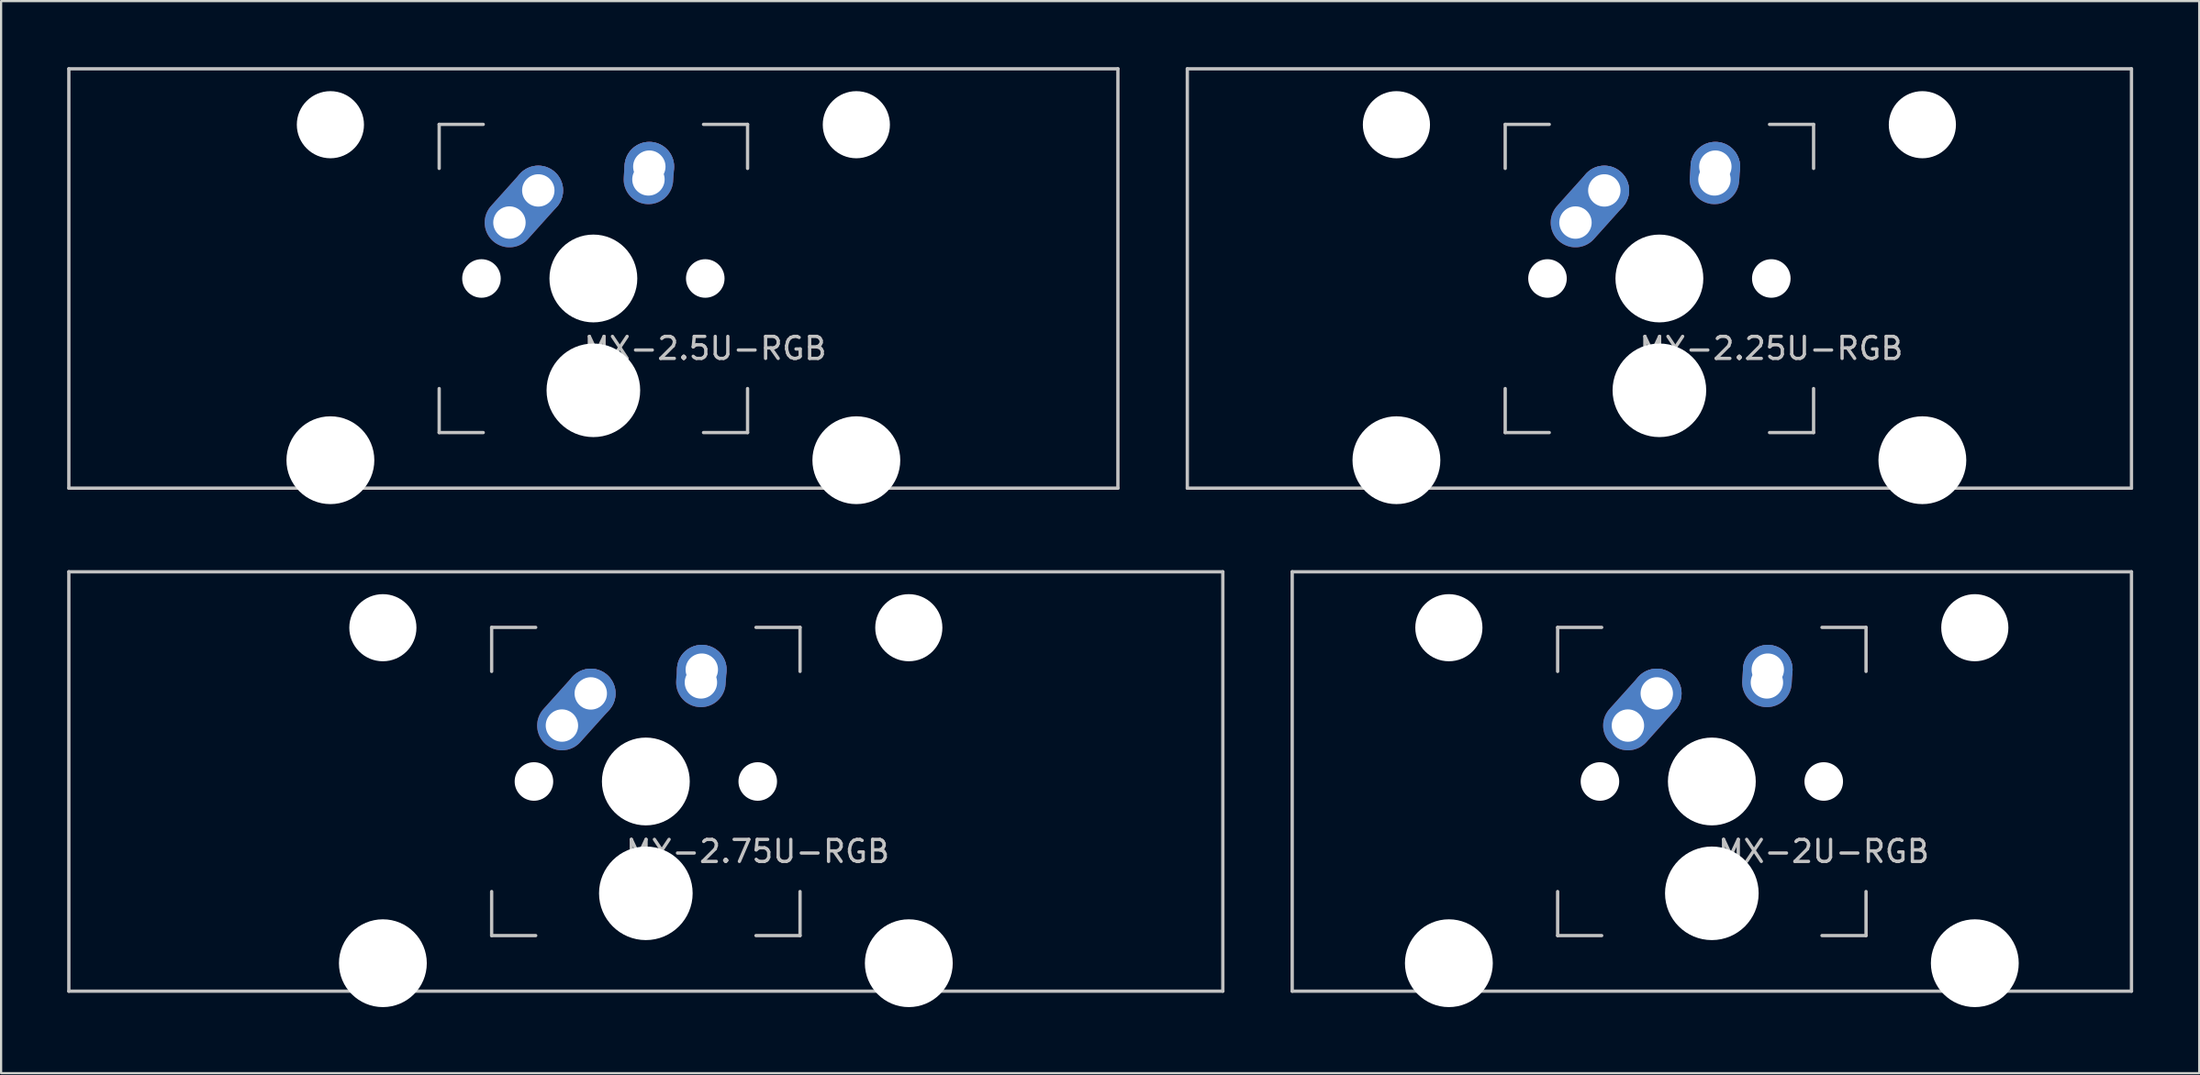
<source format=kicad_pcb>
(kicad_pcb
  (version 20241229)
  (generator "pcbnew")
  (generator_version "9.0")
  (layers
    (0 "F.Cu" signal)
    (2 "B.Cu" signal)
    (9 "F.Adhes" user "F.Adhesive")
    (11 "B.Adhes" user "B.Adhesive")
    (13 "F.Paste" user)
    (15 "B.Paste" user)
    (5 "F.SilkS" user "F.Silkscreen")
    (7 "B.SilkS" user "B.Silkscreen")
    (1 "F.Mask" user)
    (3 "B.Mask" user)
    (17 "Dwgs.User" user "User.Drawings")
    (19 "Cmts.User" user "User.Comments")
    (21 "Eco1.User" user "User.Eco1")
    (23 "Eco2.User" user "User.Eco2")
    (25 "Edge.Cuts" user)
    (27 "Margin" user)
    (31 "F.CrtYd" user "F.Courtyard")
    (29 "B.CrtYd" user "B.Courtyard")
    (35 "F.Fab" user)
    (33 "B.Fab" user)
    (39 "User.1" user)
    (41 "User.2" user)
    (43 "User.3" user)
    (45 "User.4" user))
  (footprint "MX-2.5U-RGB"
    (layer "F.Cu")
    (at 23.887 9.6)
    (property "Reference" "MX-2.5U-RGB" (at 5.08 3.175 0) (layer "Dwgs.User") (effects (font (size 1 1) (thickness 0.15))))
    (attr through_hole)
    (fp_line (start -23.812 -9.525) (end 23.812 -9.525) (stroke (width 0.15) (type solid)) (layer "Dwgs.User"))
    (fp_line (start -23.812 9.525) (end -23.812 -9.525) (stroke (width 0.15) (type solid)) (layer "Dwgs.User"))
    (fp_line (start -23.812 9.525) (end 23.812 9.525) (stroke (width 0.15) (type solid)) (layer "Dwgs.User"))
    (fp_line (start -7 -7) (end -7 -5) (stroke (width 0.15) (type solid)) (layer "Dwgs.User"))
    (fp_line (start -7 5) (end -7 7) (stroke (width 0.15) (type solid)) (layer "Dwgs.User"))
    (fp_line (start -7 7) (end -5 7) (stroke (width 0.15) (type solid)) (layer "Dwgs.User"))
    (fp_line (start -5 -7) (end -7 -7) (stroke (width 0.15) (type solid)) (layer "Dwgs.User"))
    (fp_line (start 5 -7) (end 7 -7) (stroke (width 0.15) (type solid)) (layer "Dwgs.User"))
    (fp_line (start 5 7) (end 7 7) (stroke (width 0.15) (type solid)) (layer "Dwgs.User"))
    (fp_line (start 7 -7) (end 7 -5) (stroke (width 0.15) (type solid)) (layer "Dwgs.User"))
    (fp_line (start 7 7) (end 7 5) (stroke (width 0.15) (type solid)) (layer "Dwgs.User"))
    (fp_line (start 23.812 -9.525) (end 23.812 9.525) (stroke (width 0.15) (type solid)) (layer "Dwgs.User"))
    (pad "" np_thru_hole circle (at -11.938 -6.985) (size 3.048 3.048) (drill 3.048) (layers "*.Cu" "*.Mask"))
    (pad "" np_thru_hole circle (at -11.938 8.255) (size 3.988 3.988) (drill 3.988) (layers "*.Cu" "*.Mask"))
    (pad "" np_thru_hole circle (at -5.08 0 48.1) (size 1.75 1.75) (drill 1.75) (layers "*.Cu" "*.Mask"))
    (pad "" np_thru_hole circle (at 0 0) (size 3.988 3.988) (drill 3.988) (layers "*.Cu" "*.Mask"))
    (pad "" np_thru_hole circle (at 0 5.08) (size 4.25 4.25) (drill 4.25) (layers "*.Cu" "*.Mask"))
    (pad "" np_thru_hole circle (at 5.08 0 48.1) (size 1.75 1.75) (drill 1.75) (layers "*.Cu" "*.Mask"))
    (pad "" np_thru_hole circle (at 11.938 -6.985) (size 3.048 3.048) (drill 3.048) (layers "*.Cu" "*.Mask"))
    (pad "" np_thru_hole circle (at 11.938 8.255) (size 3.988 3.988) (drill 3.988) (layers "*.Cu" "*.Mask"))
    (pad "1" thru_hole oval (at -3.81 -2.54 48.1) (size 4.212 2.25) (drill 1.47 (offset 0.981 0)) (layers "*.Cu" "B.Mask"))
    (pad "1" thru_hole circle (at -2.5 -4) (size 2.25 2.25) (drill 1.47) (layers "*.Cu" "B.Mask"))
    (pad "2" thru_hole oval (at 2.5 -4.5 86.055) (size 2.831 2.25) (drill 1.47 (offset 0.291 0)) (layers "*.Cu" "B.Mask"))
    (pad "2" thru_hole circle (at 2.54 -5.08) (size 2.25 2.25) (drill 1.47) (layers "*.Cu" "B.Mask")))
  (footprint "MX-2U-RGB"
    (layer "F.Cu")
    (at 74.662 32.449)
    (property "Reference" "MX-2U-RGB" (at 5.08 3.175 0) (layer "Dwgs.User") (effects (font (size 1 1) (thickness 0.15))))
    (attr through_hole)
    (fp_line (start -19.05 -9.525) (end 19.05 -9.525) (stroke (width 0.15) (type solid)) (layer "Dwgs.User"))
    (fp_line (start -19.05 9.525) (end -19.05 -9.525) (stroke (width 0.15) (type solid)) (layer "Dwgs.User"))
    (fp_line (start -19.05 9.525) (end 19.05 9.525) (stroke (width 0.15) (type solid)) (layer "Dwgs.User"))
    (fp_line (start -7 -7) (end -7 -5) (stroke (width 0.15) (type solid)) (layer "Dwgs.User"))
    (fp_line (start -7 5) (end -7 7) (stroke (width 0.15) (type solid)) (layer "Dwgs.User"))
    (fp_line (start -7 7) (end -5 7) (stroke (width 0.15) (type solid)) (layer "Dwgs.User"))
    (fp_line (start -5 -7) (end -7 -7) (stroke (width 0.15) (type solid)) (layer "Dwgs.User"))
    (fp_line (start 5 -7) (end 7 -7) (stroke (width 0.15) (type solid)) (layer "Dwgs.User"))
    (fp_line (start 5 7) (end 7 7) (stroke (width 0.15) (type solid)) (layer "Dwgs.User"))
    (fp_line (start 7 -7) (end 7 -5) (stroke (width 0.15) (type solid)) (layer "Dwgs.User"))
    (fp_line (start 7 7) (end 7 5) (stroke (width 0.15) (type solid)) (layer "Dwgs.User"))
    (fp_line (start 19.05 -9.525) (end 19.05 9.525) (stroke (width 0.15) (type solid)) (layer "Dwgs.User"))
    (pad "" np_thru_hole circle (at -11.938 -6.985) (size 3.048 3.048) (drill 3.048) (layers "*.Cu" "*.Mask"))
    (pad "" np_thru_hole circle (at -11.938 8.255) (size 3.988 3.988) (drill 3.988) (layers "*.Cu" "*.Mask"))
    (pad "" np_thru_hole circle (at -5.08 0 48.1) (size 1.75 1.75) (drill 1.75) (layers "*.Cu" "*.Mask"))
    (pad "" np_thru_hole circle (at 0 0) (size 3.988 3.988) (drill 3.988) (layers "*.Cu" "*.Mask"))
    (pad "" np_thru_hole circle (at 0 5.08) (size 4.25 4.25) (drill 4.25) (layers "*.Cu" "*.Mask"))
    (pad "" np_thru_hole circle (at 5.08 0 48.1) (size 1.75 1.75) (drill 1.75) (layers "*.Cu" "*.Mask"))
    (pad "" np_thru_hole circle (at 11.938 -6.985) (size 3.048 3.048) (drill 3.048) (layers "*.Cu" "*.Mask"))
    (pad "" np_thru_hole circle (at 11.938 8.255) (size 3.988 3.988) (drill 3.988) (layers "*.Cu" "*.Mask"))
    (pad "1" thru_hole oval (at -3.81 -2.54 48.1) (size 4.212 2.25) (drill 1.47 (offset 0.981 0)) (layers "*.Cu" "B.Mask"))
    (pad "1" thru_hole circle (at -2.5 -4) (size 2.25 2.25) (drill 1.47) (layers "*.Cu" "B.Mask"))
    (pad "2" thru_hole oval (at 2.5 -4.5 86.055) (size 2.831 2.25) (drill 1.47 (offset 0.291 0)) (layers "*.Cu" "B.Mask"))
    (pad "2" thru_hole circle (at 2.54 -5.08) (size 2.25 2.25) (drill 1.47) (layers "*.Cu" "B.Mask")))
  (footprint "MX-2.25U-RGB"
    (layer "F.Cu")
    (at 72.281 9.6)
    (property "Reference" "MX-2.25U-RGB" (at 5.08 3.175 0) (layer "Dwgs.User") (effects (font (size 1 1) (thickness 0.15))))
    (attr through_hole)
    (fp_line (start -21.431 -9.525) (end 21.431 -9.525) (stroke (width 0.15) (type solid)) (layer "Dwgs.User"))
    (fp_line (start -21.431 9.525) (end -21.431 -9.525) (stroke (width 0.15) (type solid)) (layer "Dwgs.User"))
    (fp_line (start -21.431 9.525) (end 21.431 9.525) (stroke (width 0.15) (type solid)) (layer "Dwgs.User"))
    (fp_line (start -7 -7) (end -7 -5) (stroke (width 0.15) (type solid)) (layer "Dwgs.User"))
    (fp_line (start -7 5) (end -7 7) (stroke (width 0.15) (type solid)) (layer "Dwgs.User"))
    (fp_line (start -7 7) (end -5 7) (stroke (width 0.15) (type solid)) (layer "Dwgs.User"))
    (fp_line (start -5 -7) (end -7 -7) (stroke (width 0.15) (type solid)) (layer "Dwgs.User"))
    (fp_line (start 5 -7) (end 7 -7) (stroke (width 0.15) (type solid)) (layer "Dwgs.User"))
    (fp_line (start 5 7) (end 7 7) (stroke (width 0.15) (type solid)) (layer "Dwgs.User"))
    (fp_line (start 7 -7) (end 7 -5) (stroke (width 0.15) (type solid)) (layer "Dwgs.User"))
    (fp_line (start 7 7) (end 7 5) (stroke (width 0.15) (type solid)) (layer "Dwgs.User"))
    (fp_line (start 21.431 -9.525) (end 21.431 9.525) (stroke (width 0.15) (type solid)) (layer "Dwgs.User"))
    (pad "" np_thru_hole circle (at -11.938 -6.985) (size 3.048 3.048) (drill 3.048) (layers "*.Cu" "*.Mask"))
    (pad "" np_thru_hole circle (at -11.938 8.255) (size 3.988 3.988) (drill 3.988) (layers "*.Cu" "*.Mask"))
    (pad "" np_thru_hole circle (at -5.08 0 48.1) (size 1.75 1.75) (drill 1.75) (layers "*.Cu" "*.Mask"))
    (pad "" np_thru_hole circle (at 0 0) (size 3.988 3.988) (drill 3.988) (layers "*.Cu" "*.Mask"))
    (pad "" np_thru_hole circle (at 0 5.08) (size 4.25 4.25) (drill 4.25) (layers "*.Cu" "*.Mask"))
    (pad "" np_thru_hole circle (at 5.08 0 48.1) (size 1.75 1.75) (drill 1.75) (layers "*.Cu" "*.Mask"))
    (pad "" np_thru_hole circle (at 11.938 -6.985) (size 3.048 3.048) (drill 3.048) (layers "*.Cu" "*.Mask"))
    (pad "" np_thru_hole circle (at 11.938 8.255) (size 3.988 3.988) (drill 3.988) (layers "*.Cu" "*.Mask"))
    (pad "1" thru_hole oval (at -3.81 -2.54 48.1) (size 4.212 2.25) (drill 1.47 (offset 0.981 0)) (layers "*.Cu" "B.Mask"))
    (pad "1" thru_hole circle (at -2.5 -4) (size 2.25 2.25) (drill 1.47) (layers "*.Cu" "B.Mask"))
    (pad "2" thru_hole oval (at 2.5 -4.5 86.055) (size 2.831 2.25) (drill 1.47 (offset 0.291 0)) (layers "*.Cu" "B.Mask"))
    (pad "2" thru_hole circle (at 2.54 -5.08) (size 2.25 2.25) (drill 1.47) (layers "*.Cu" "B.Mask")))
  (footprint "MX-2.75U-RGB"
    (layer "F.Cu")
    (at 26.269 32.449)
    (property "Reference" "MX-2.75U-RGB" (at 5.08 3.175 0) (layer "Dwgs.User") (effects (font (size 1 1) (thickness 0.15))))
    (attr through_hole)
    (fp_line (start -26.194 -9.525) (end 26.194 -9.525) (stroke (width 0.15) (type solid)) (layer "Dwgs.User"))
    (fp_line (start -26.194 9.525) (end -26.194 -9.525) (stroke (width 0.15) (type solid)) (layer "Dwgs.User"))
    (fp_line (start -26.194 9.525) (end 26.194 9.525) (stroke (width 0.15) (type solid)) (layer "Dwgs.User"))
    (fp_line (start -7 -7) (end -7 -5) (stroke (width 0.15) (type solid)) (layer "Dwgs.User"))
    (fp_line (start -7 5) (end -7 7) (stroke (width 0.15) (type solid)) (layer "Dwgs.User"))
    (fp_line (start -7 7) (end -5 7) (stroke (width 0.15) (type solid)) (layer "Dwgs.User"))
    (fp_line (start -5 -7) (end -7 -7) (stroke (width 0.15) (type solid)) (layer "Dwgs.User"))
    (fp_line (start 5 -7) (end 7 -7) (stroke (width 0.15) (type solid)) (layer "Dwgs.User"))
    (fp_line (start 5 7) (end 7 7) (stroke (width 0.15) (type solid)) (layer "Dwgs.User"))
    (fp_line (start 7 -7) (end 7 -5) (stroke (width 0.15) (type solid)) (layer "Dwgs.User"))
    (fp_line (start 7 7) (end 7 5) (stroke (width 0.15) (type solid)) (layer "Dwgs.User"))
    (fp_line (start 26.194 -9.525) (end 26.194 9.525) (stroke (width 0.15) (type solid)) (layer "Dwgs.User"))
    (pad "" np_thru_hole circle (at -11.938 -6.985) (size 3.048 3.048) (drill 3.048) (layers "*.Cu" "*.Mask"))
    (pad "" np_thru_hole circle (at -11.938 8.255) (size 3.988 3.988) (drill 3.988) (layers "*.Cu" "*.Mask"))
    (pad "" np_thru_hole circle (at -5.08 0 48.1) (size 1.75 1.75) (drill 1.75) (layers "*.Cu" "*.Mask"))
    (pad "" np_thru_hole circle (at 0 0) (size 3.988 3.988) (drill 3.988) (layers "*.Cu" "*.Mask"))
    (pad "" np_thru_hole circle (at 0 5.08) (size 4.25 4.25) (drill 4.25) (layers "*.Cu" "*.Mask"))
    (pad "" np_thru_hole circle (at 5.08 0 48.1) (size 1.75 1.75) (drill 1.75) (layers "*.Cu" "*.Mask"))
    (pad "" np_thru_hole circle (at 11.938 -6.985) (size 3.048 3.048) (drill 3.048) (layers "*.Cu" "*.Mask"))
    (pad "" np_thru_hole circle (at 11.938 8.255) (size 3.988 3.988) (drill 3.988) (layers "*.Cu" "*.Mask"))
    (pad "1" thru_hole oval (at -3.81 -2.54 48.1) (size 4.212 2.25) (drill 1.47 (offset 0.981 0)) (layers "*.Cu" "B.Mask"))
    (pad "1" thru_hole circle (at -2.5 -4) (size 2.25 2.25) (drill 1.47) (layers "*.Cu" "B.Mask"))
    (pad "2" thru_hole oval (at 2.5 -4.5 86.055) (size 2.831 2.25) (drill 1.47 (offset 0.291 0)) (layers "*.Cu" "B.Mask"))
    (pad "2" thru_hole circle (at 2.54 -5.08) (size 2.25 2.25) (drill 1.47) (layers "*.Cu" "B.Mask")))
  (gr_rect
    (start -3 -3)
    (end 96.787 45.698)
    (stroke (width 0.1) (type default))
    (fill no)
    (layer "Edge.Cuts")))
</source>
